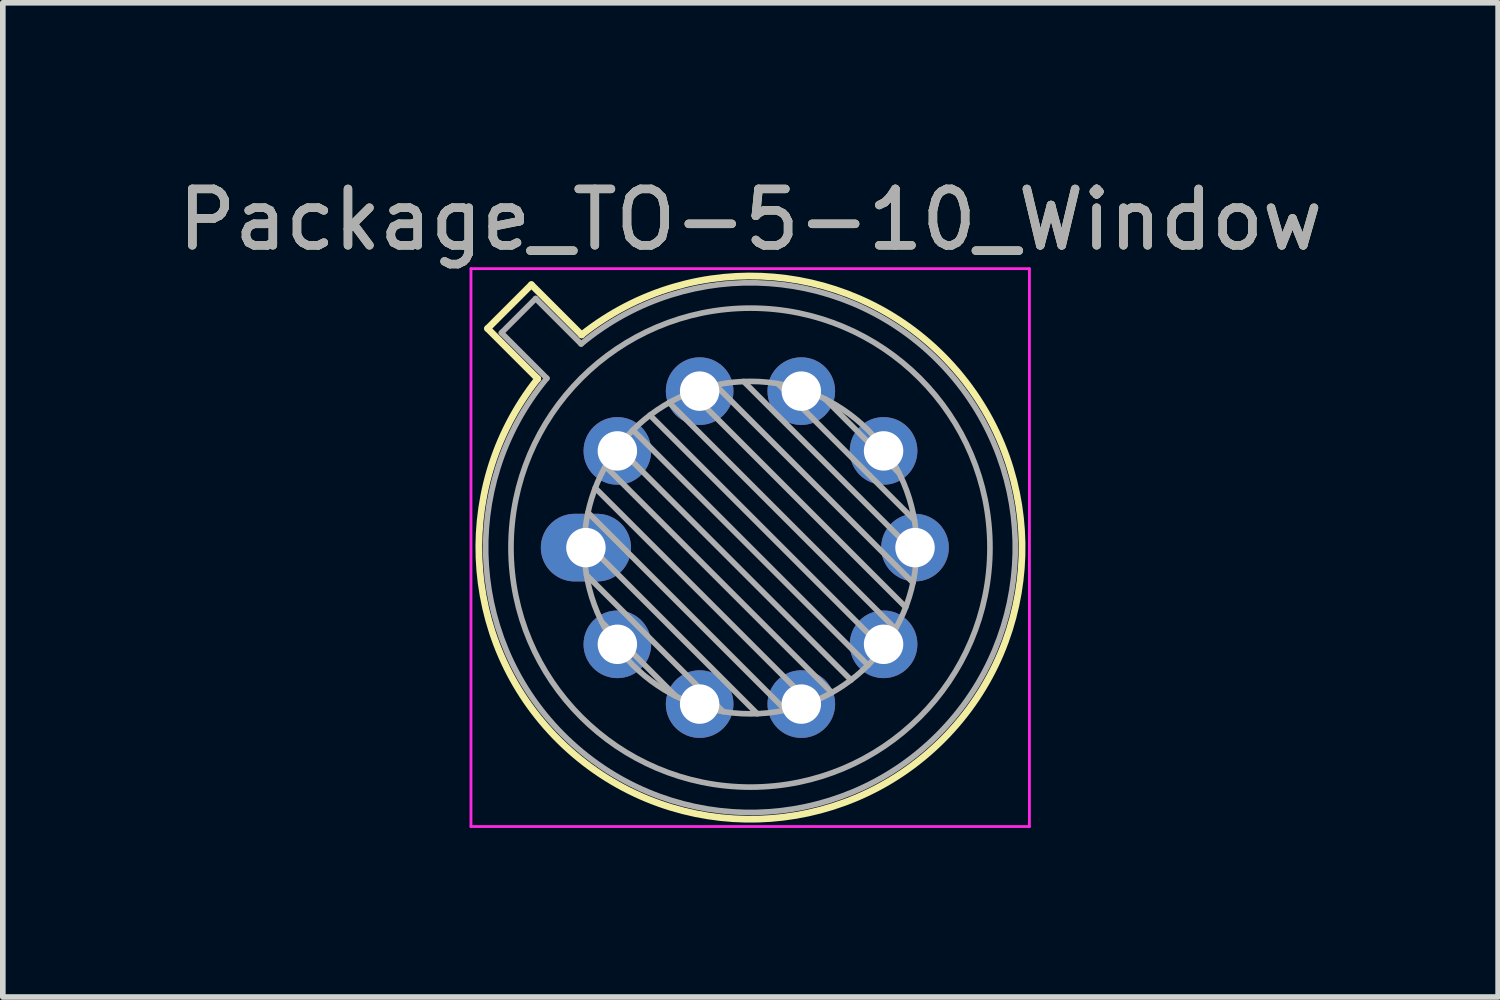
<source format=kicad_pcb>
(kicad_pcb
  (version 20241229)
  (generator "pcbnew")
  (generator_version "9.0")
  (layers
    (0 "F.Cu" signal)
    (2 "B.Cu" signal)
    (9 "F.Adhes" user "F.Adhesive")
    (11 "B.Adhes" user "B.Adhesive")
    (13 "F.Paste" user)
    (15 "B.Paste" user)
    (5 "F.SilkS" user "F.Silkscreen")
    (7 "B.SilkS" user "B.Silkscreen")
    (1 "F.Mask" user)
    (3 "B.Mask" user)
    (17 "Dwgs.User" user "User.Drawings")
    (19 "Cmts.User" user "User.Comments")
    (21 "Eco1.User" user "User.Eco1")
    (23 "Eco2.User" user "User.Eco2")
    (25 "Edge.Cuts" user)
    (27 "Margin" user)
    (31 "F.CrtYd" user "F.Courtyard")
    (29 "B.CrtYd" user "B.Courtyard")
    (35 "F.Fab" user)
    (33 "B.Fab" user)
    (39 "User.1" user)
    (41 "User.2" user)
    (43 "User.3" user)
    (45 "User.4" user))
  (footprint "Package_TO-5-10_Window"
    (layer "F.Cu")
    (at 7.348 6.668)
    (property "Reference" "Package_TO-5-10_Window" (at 2.92 -5.82 0) (layer "F.SilkS") (effects (font (size 1 1) (thickness 0.15))))
    (attr through_hole)
    (fp_line (start -1.746 -3.888) (end -0.855 -2.997) (stroke (width 0.12) (type solid)) (layer "F.SilkS"))
    (fp_line (start -0.968 -4.666) (end -1.746 -3.888) (stroke (width 0.12) (type solid)) (layer "F.SilkS"))
    (fp_line (start -0.077 -3.775) (end -0.968 -4.666) (stroke (width 0.12) (type solid)) (layer "F.SilkS"))
    (fp_arc (start -0.077084 -3.774902) (mid 6.328125 3.408384) (end -0.854674 -2.997371) (stroke (width 0.12) (type solid)) (layer "F.SilkS"))
    (fp_line (start -2.04 -4.95) (end -2.04 4.95) (stroke (width 0.05) (type solid)) (layer "F.CrtYd"))
    (fp_line (start -2.04 4.95) (end 7.87 4.95) (stroke (width 0.05) (type solid)) (layer "F.CrtYd"))
    (fp_line (start 7.87 -4.95) (end -2.04 -4.95) (stroke (width 0.05) (type solid)) (layer "F.CrtYd"))
    (fp_line (start 7.87 4.95) (end 7.87 -4.95) (stroke (width 0.05) (type solid)) (layer "F.CrtYd"))
    (fp_line (start -1.5 -3.812) (end -0.694 -3.005) (stroke (width 0.1) (type solid)) (layer "F.Fab"))
    (fp_line (start -0.892 -4.42) (end -1.5 -3.812) (stroke (width 0.1) (type solid)) (layer "F.Fab"))
    (fp_line (start -0.085 -3.614) (end -0.892 -4.42) (stroke (width 0.1) (type solid)) (layer "F.Fab"))
    (fp_line (start -0.028 -0.12) (end 3.04 2.948) (stroke (width 0.1) (type solid)) (layer "F.Fab"))
    (fp_line (start 0.009 0.485) (end 2.435 2.911) (stroke (width 0.1) (type solid)) (layer "F.Fab"))
    (fp_line (start 0.036 -0.622) (end 3.542 2.884) (stroke (width 0.1) (type solid)) (layer "F.Fab"))
    (fp_line (start 0.165 -1.058) (end 3.978 2.755) (stroke (width 0.1) (type solid)) (layer "F.Fab"))
    (fp_line (start 0.283 1.324) (end 1.596 2.637) (stroke (width 0.1) (type solid)) (layer "F.Fab"))
    (fp_line (start 0.346 -1.443) (end 4.363 2.574) (stroke (width 0.1) (type solid)) (layer "F.Fab"))
    (fp_line (start 0.57 -1.784) (end 4.704 2.35) (stroke (width 0.1) (type solid)) (layer "F.Fab"))
    (fp_line (start 0.834 -2.086) (end 5.006 2.086) (stroke (width 0.1) (type solid)) (layer "F.Fab"))
    (fp_line (start 1.136 -2.35) (end 5.27 1.784) (stroke (width 0.1) (type solid)) (layer "F.Fab"))
    (fp_line (start 1.477 -2.574) (end 5.494 1.443) (stroke (width 0.1) (type solid)) (layer "F.Fab"))
    (fp_line (start 1.862 -2.755) (end 5.675 1.058) (stroke (width 0.1) (type solid)) (layer "F.Fab"))
    (fp_line (start 2.298 -2.884) (end 5.804 0.622) (stroke (width 0.1) (type solid)) (layer "F.Fab"))
    (fp_line (start 2.8 -2.948) (end 5.868 0.12) (stroke (width 0.1) (type solid)) (layer "F.Fab"))
    (fp_line (start 3.405 -2.911) (end 5.831 -0.485) (stroke (width 0.1) (type solid)) (layer "F.Fab"))
    (fp_line (start 4.244 -2.637) (end 5.557 -1.324) (stroke (width 0.1) (type solid)) (layer "F.Fab"))
    (fp_arc (start -0.085408 -3.61352) (mid 6.243443 3.323361) (end -0.693594 -3.005319) (stroke (width 0.1) (type solid)) (layer "F.Fab"))
    (fp_circle (center 2.92 0) (end 5.87 0) (stroke (width 0.1) (type solid)) (fill no) (layer "F.Fab"))
    (fp_circle (center 2.92 0) (end 7.17 0) (stroke (width 0.1) (type solid)) (fill no) (layer "F.Fab"))
    (fp_text user "${REFERENCE}" (at 2.92 -5.82 0) (layer "F.Fab") (effects (font (size 1 1) (thickness 0.15))))
    (pad "1" thru_hole oval (at 0 0) (size 1.6 1.2) (drill 0.7) (layers "*.Cu" "*.Mask"))
    (pad "2" thru_hole oval (at 0.558 1.716) (size 1.2 1.2) (drill 0.7) (layers "*.Cu" "*.Mask"))
    (pad "3" thru_hole oval (at 2.018 2.777) (size 1.2 1.2) (drill 0.7) (layers "*.Cu" "*.Mask"))
    (pad "4" thru_hole oval (at 3.822 2.777) (size 1.2 1.2) (drill 0.7) (layers "*.Cu" "*.Mask"))
    (pad "5" thru_hole oval (at 5.282 1.716) (size 1.2 1.2) (drill 0.7) (layers "*.Cu" "*.Mask"))
    (pad "6" thru_hole oval (at 5.84 0) (size 1.2 1.2) (drill 0.7) (layers "*.Cu" "*.Mask"))
    (pad "7" thru_hole oval (at 5.282 -1.716) (size 1.2 1.2) (drill 0.7) (layers "*.Cu" "*.Mask"))
    (pad "8" thru_hole oval (at 3.822 -2.777) (size 1.2 1.2) (drill 0.7) (layers "*.Cu" "*.Mask"))
    (pad "9" thru_hole oval (at 2.018 -2.777) (size 1.2 1.2) (drill 0.7) (layers "*.Cu" "*.Mask"))
    (pad "10" thru_hole oval (at 0.558 -1.716) (size 1.2 1.2) (drill 0.7) (layers "*.Cu" "*.Mask")))
  (gr_rect
    (start -3 -3)
    (end 23.536 14.643)
    (stroke (width 0.1) (type default))
    (fill no)
    (layer "Edge.Cuts")))
</source>
